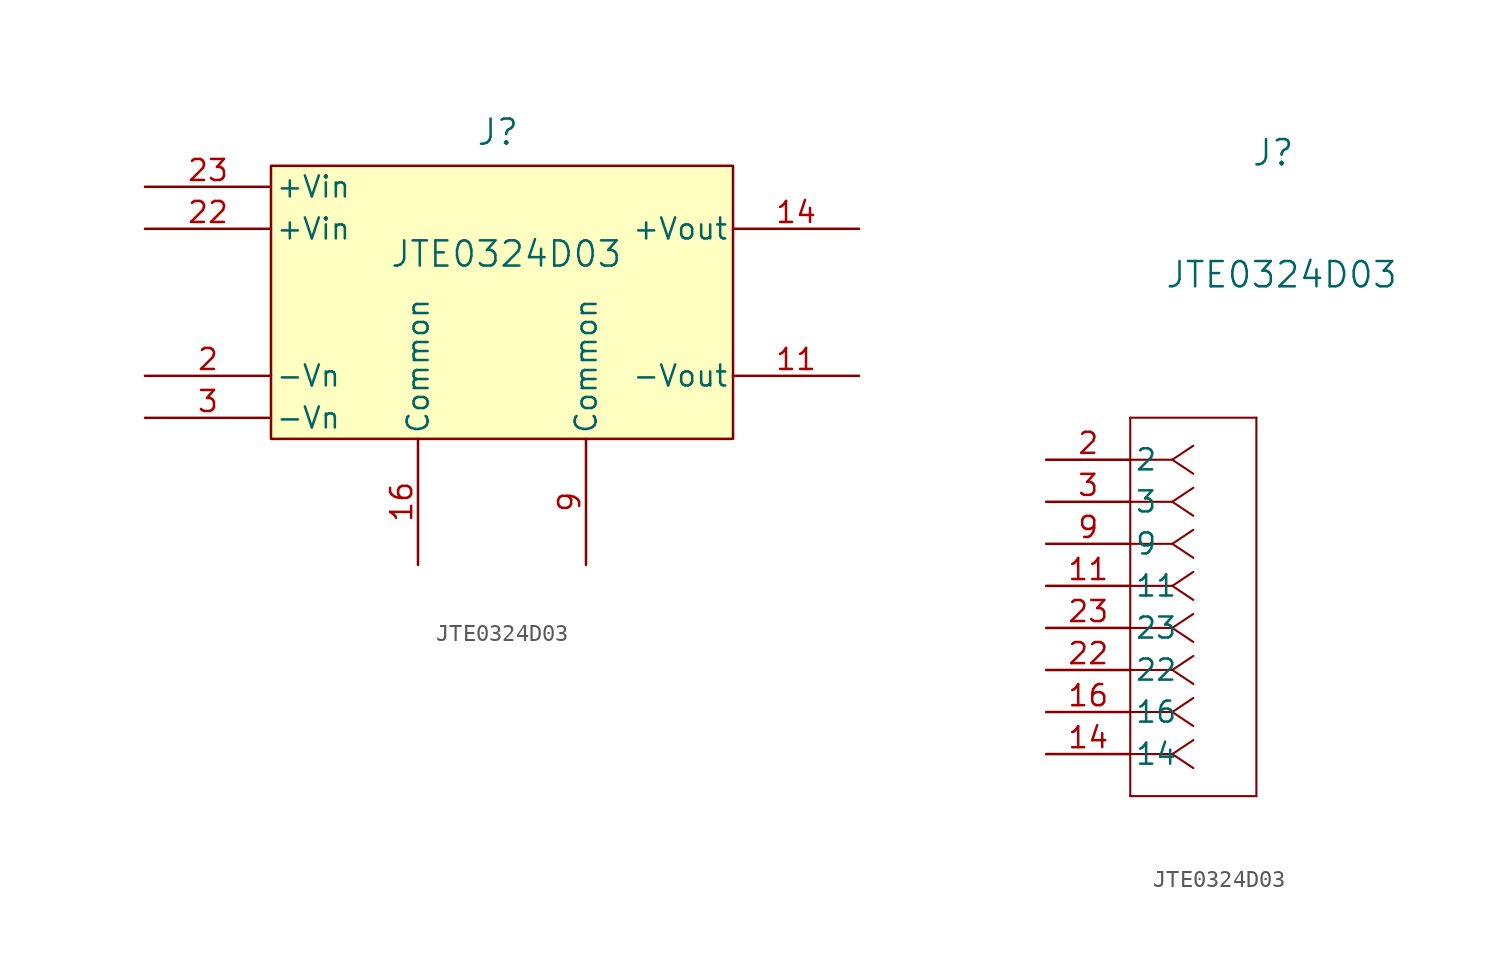
<source format=kicad_sym>
(kicad_symbol_lib
  (version 20231120)
  (generator "kicad_symbol_editor")
  (generator_version "8.0")
  (symbol "JTE0324D03"
    (pin_names
      (offset 0.254))
    (property "Reference" "J"
      (at 13.716 18.542 0)
      (effects (font (size 1.524 1.524))))
    (property "Value" "JTE0324D03"
      (at 14.224 11.176 0)
      (effects (font (size 1.524 1.524))))
    (property "ki_locked" ""
      (at 0 0 0)
      (effects (font (size 1.27 1.27))))
    (symbol "JTE0324D03_1_1"
      (rectangle (start 0 16.51) (end 27.94 0) (stroke (width 0) (type default)) (fill (type background)))
      (pin power_in line (at 35.56 3.81 180) (length 7.62) (name "-Vout" (effects (font (size 1.27 1.27)))) (number "11" (effects (font (size 1.27 1.27)))))
      (pin power_in line (at 35.56 12.7 180) (length 7.62) (name "+Vout" (effects (font (size 1.27 1.27)))) (number "14" (effects (font (size 1.27 1.27)))))
      (pin unspecified line (at 8.89 -7.62 90) (length 7.62) (name "Common" (effects (font (size 1.27 1.27)))) (number "16" (effects (font (size 1.27 1.27)))))
      (pin power_in line (at -7.62 3.81 0) (length 7.62) (name "-Vn" (effects (font (size 1.27 1.27)))) (number "2" (effects (font (size 1.27 1.27)))))
      (pin power_in line (at -7.62 12.7 0) (length 7.62) (name "+Vin" (effects (font (size 1.27 1.27)))) (number "22" (effects (font (size 1.27 1.27)))))
      (pin power_in line (at -7.62 15.24 0) (length 7.62) (name "+Vin" (effects (font (size 1.27 1.27)))) (number "23" (effects (font (size 1.27 1.27)))))
      (pin power_in line (at -7.62 1.27 0) (length 7.62) (name "-Vn" (effects (font (size 1.27 1.27)))) (number "3" (effects (font (size 1.27 1.27)))))
      (pin unspecified line (at 19.05 -7.62 90) (length 7.62) (name "Common" (effects (font (size 1.27 1.27)))) (number "9" (effects (font (size 1.27 1.27))))))
    (symbol "JTE0324D03_1_2"
      (polyline (pts (xy 5.08 -20.32) (xy 12.7 -20.32)) (stroke (width 0.127) (type default)) (fill (type none)))
      (polyline (pts (xy 5.08 2.54) (xy 5.08 -20.32)) (stroke (width 0.127) (type default)) (fill (type none)))
      (polyline (pts (xy 7.62 -17.78) (xy 5.08 -17.78)) (stroke (width 0.127) (type default)) (fill (type none)))
      (polyline (pts (xy 7.62 -17.78) (xy 8.89 -18.627)) (stroke (width 0.127) (type default)) (fill (type none)))
      (polyline (pts (xy 7.62 -17.78) (xy 8.89 -16.933)) (stroke (width 0.127) (type default)) (fill (type none)))
      (polyline (pts (xy 7.62 -15.24) (xy 5.08 -15.24)) (stroke (width 0.127) (type default)) (fill (type none)))
      (polyline (pts (xy 7.62 -15.24) (xy 8.89 -16.087)) (stroke (width 0.127) (type default)) (fill (type none)))
      (polyline (pts (xy 7.62 -15.24) (xy 8.89 -14.393)) (stroke (width 0.127) (type default)) (fill (type none)))
      (polyline (pts (xy 7.62 -12.7) (xy 5.08 -12.7)) (stroke (width 0.127) (type default)) (fill (type none)))
      (polyline (pts (xy 7.62 -12.7) (xy 8.89 -13.547)) (stroke (width 0.127) (type default)) (fill (type none)))
      (polyline (pts (xy 7.62 -12.7) (xy 8.89 -11.853)) (stroke (width 0.127) (type default)) (fill (type none)))
      (polyline (pts (xy 7.62 -10.16) (xy 5.08 -10.16)) (stroke (width 0.127) (type default)) (fill (type none)))
      (polyline (pts (xy 7.62 -10.16) (xy 8.89 -11.007)) (stroke (width 0.127) (type default)) (fill (type none)))
      (polyline (pts (xy 7.62 -10.16) (xy 8.89 -9.313)) (stroke (width 0.127) (type default)) (fill (type none)))
      (polyline (pts (xy 7.62 -7.62) (xy 5.08 -7.62)) (stroke (width 0.127) (type default)) (fill (type none)))
      (polyline (pts (xy 7.62 -7.62) (xy 8.89 -8.467)) (stroke (width 0.127) (type default)) (fill (type none)))
      (polyline (pts (xy 7.62 -7.62) (xy 8.89 -6.773)) (stroke (width 0.127) (type default)) (fill (type none)))
      (polyline (pts (xy 7.62 -5.08) (xy 5.08 -5.08)) (stroke (width 0.127) (type default)) (fill (type none)))
      (polyline (pts (xy 7.62 -5.08) (xy 8.89 -5.927)) (stroke (width 0.127) (type default)) (fill (type none)))
      (polyline (pts (xy 7.62 -5.08) (xy 8.89 -4.233)) (stroke (width 0.127) (type default)) (fill (type none)))
      (polyline (pts (xy 7.62 -2.54) (xy 5.08 -2.54)) (stroke (width 0.127) (type default)) (fill (type none)))
      (polyline (pts (xy 7.62 -2.54) (xy 8.89 -3.387)) (stroke (width 0.127) (type default)) (fill (type none)))
      (polyline (pts (xy 7.62 -2.54) (xy 8.89 -1.693)) (stroke (width 0.127) (type default)) (fill (type none)))
      (polyline (pts (xy 7.62 0) (xy 5.08 0)) (stroke (width 0.127) (type default)) (fill (type none)))
      (polyline (pts (xy 7.62 0) (xy 8.89 -0.847)) (stroke (width 0.127) (type default)) (fill (type none)))
      (polyline (pts (xy 7.62 0) (xy 8.89 0.847)) (stroke (width 0.127) (type default)) (fill (type none)))
      (polyline (pts (xy 12.7 -20.32) (xy 12.7 2.54)) (stroke (width 0.127) (type default)) (fill (type none)))
      (polyline (pts (xy 12.7 2.54) (xy 5.08 2.54)) (stroke (width 0.127) (type default)) (fill (type none)))
      (pin power_in line (at 0 -7.62 0) (length 5.08) (name "11" (effects (font (size 1.27 1.27)))) (number "11" (effects (font (size 1.27 1.27)))))
      (pin power_in line (at 0 -17.78 0) (length 5.08) (name "14" (effects (font (size 1.27 1.27)))) (number "14" (effects (font (size 1.27 1.27)))))
      (pin unspecified line (at 0 -15.24 0) (length 5.08) (name "16" (effects (font (size 1.27 1.27)))) (number "16" (effects (font (size 1.27 1.27)))))
      (pin power_in line (at 0 0 0) (length 5.08) (name "2" (effects (font (size 1.27 1.27)))) (number "2" (effects (font (size 1.27 1.27)))))
      (pin power_in line (at 0 -12.7 0) (length 5.08) (name "22" (effects (font (size 1.27 1.27)))) (number "22" (effects (font (size 1.27 1.27)))))
      (pin power_in line (at 0 -10.16 0) (length 5.08) (name "23" (effects (font (size 1.27 1.27)))) (number "23" (effects (font (size 1.27 1.27)))))
      (pin power_in line (at 0 -2.54 0) (length 5.08) (name "3" (effects (font (size 1.27 1.27)))) (number "3" (effects (font (size 1.27 1.27)))))
      (pin unspecified line (at 0 -5.08 0) (length 5.08) (name "9" (effects (font (size 1.27 1.27)))) (number "9" (effects (font (size 1.27 1.27))))))))
</source>
